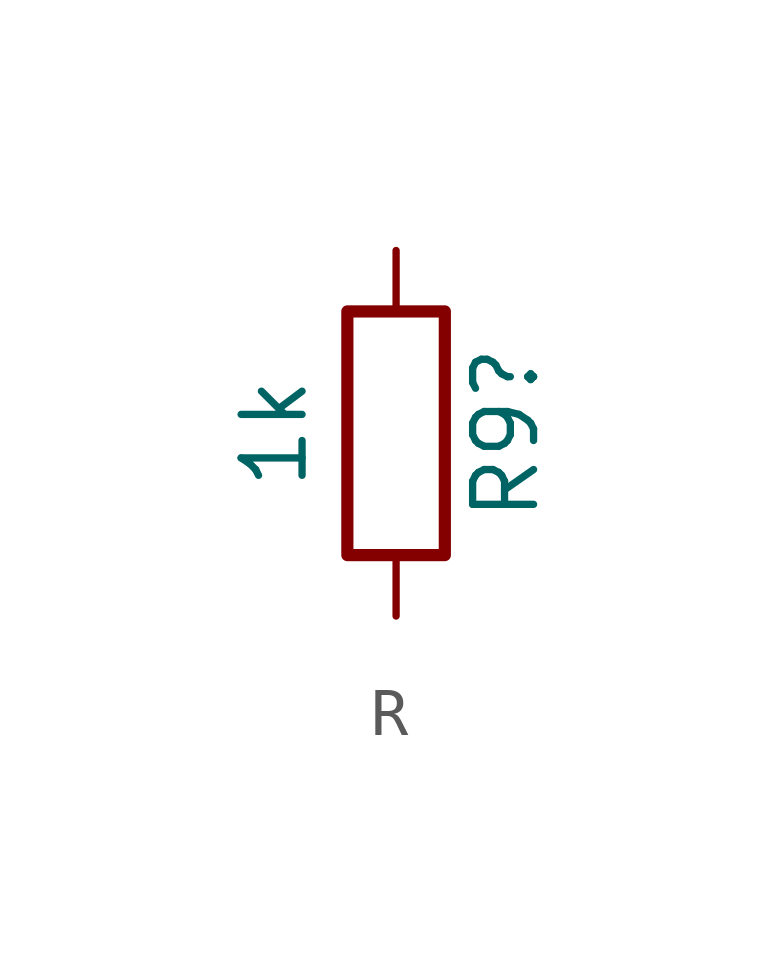
<source format=kicad_sym>
(kicad_symbol_lib
  (version 20241209)
  (generator "kicad_symbol_editor")
  (generator_version "9.0")
  (symbol "R"
    (pin_numbers
      (hide yes))
    (pin_names
      (offset 0))
    (property "Reference" "R9"
      (at 2.286 0 90)
      (effects (font (size 1.27 1.27))))
    (property "Value" "1k"
      (at -2.54 0 90)
      (effects (font (size 1.27 1.27))))
    (symbol "R_0_1"
      (rectangle (start -1.016 -2.54) (end 1.016 2.54) (stroke (width 0.254) (type default)) (fill (type none))))
    (symbol "R_1_1"
      (pin passive line (at 0 3.81 270) (length 1.27) (name "~" (effects (font (size 1.27 1.27)))) (number "1" (effects (font (size 1.27 1.27)))))
      (pin passive line (at 0 -3.81 90) (length 1.27) (name "~" (effects (font (size 1.27 1.27)))) (number "2" (effects (font (size 1.27 1.27))))))))
</source>
